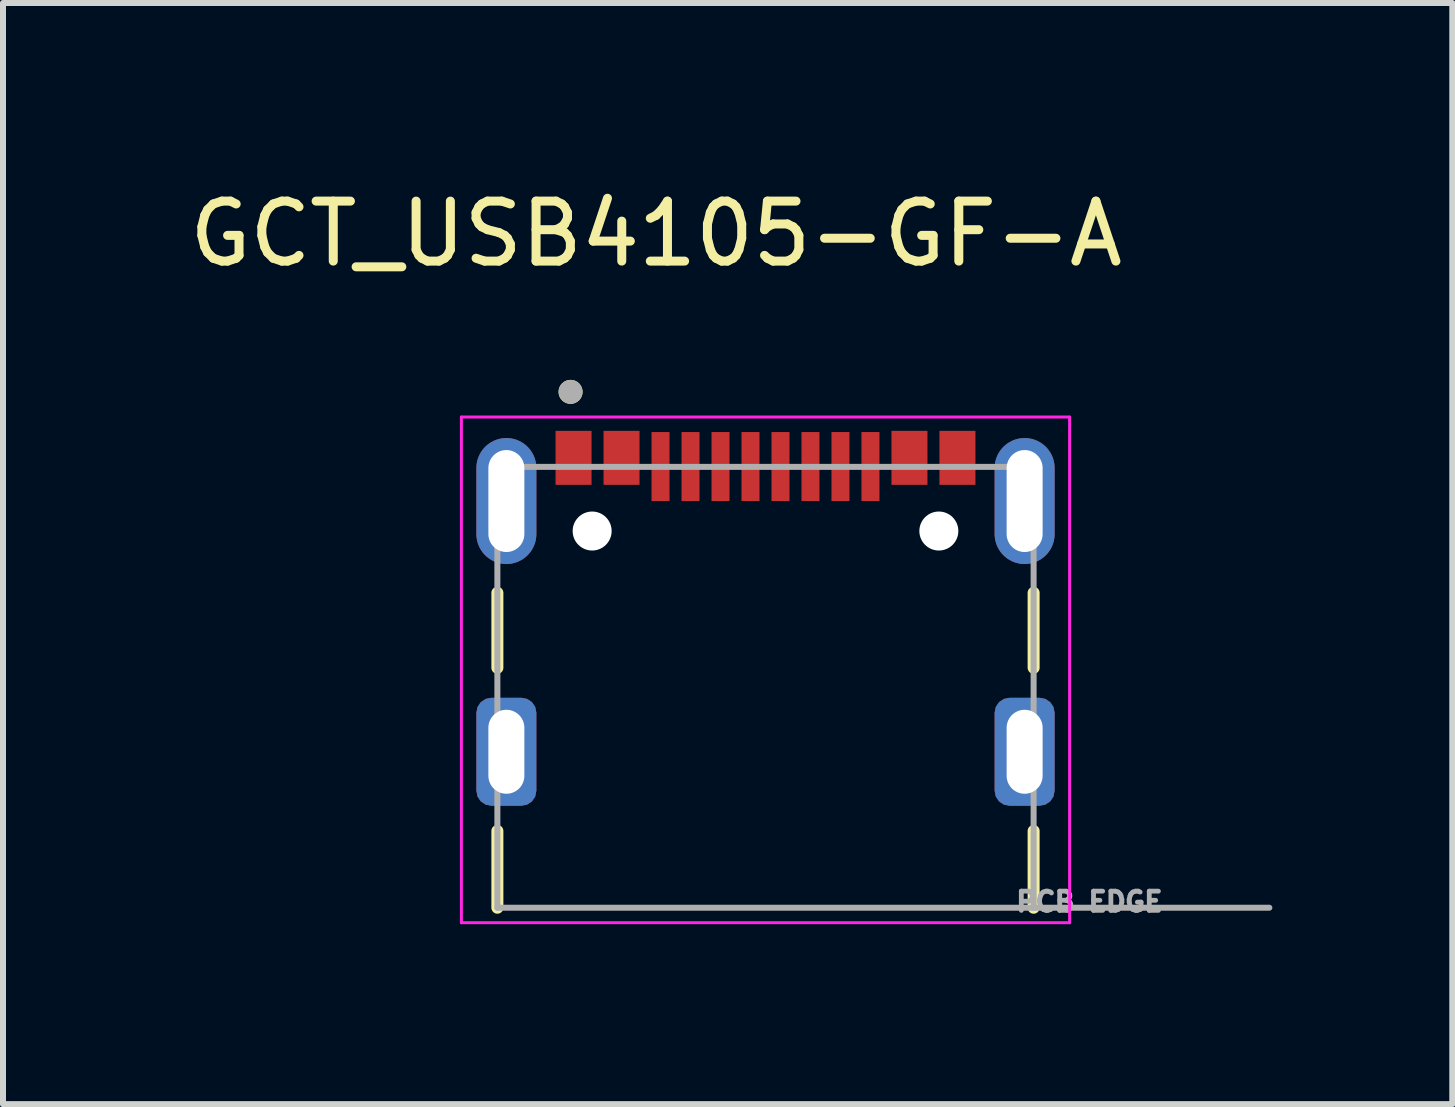
<source format=kicad_pcb>
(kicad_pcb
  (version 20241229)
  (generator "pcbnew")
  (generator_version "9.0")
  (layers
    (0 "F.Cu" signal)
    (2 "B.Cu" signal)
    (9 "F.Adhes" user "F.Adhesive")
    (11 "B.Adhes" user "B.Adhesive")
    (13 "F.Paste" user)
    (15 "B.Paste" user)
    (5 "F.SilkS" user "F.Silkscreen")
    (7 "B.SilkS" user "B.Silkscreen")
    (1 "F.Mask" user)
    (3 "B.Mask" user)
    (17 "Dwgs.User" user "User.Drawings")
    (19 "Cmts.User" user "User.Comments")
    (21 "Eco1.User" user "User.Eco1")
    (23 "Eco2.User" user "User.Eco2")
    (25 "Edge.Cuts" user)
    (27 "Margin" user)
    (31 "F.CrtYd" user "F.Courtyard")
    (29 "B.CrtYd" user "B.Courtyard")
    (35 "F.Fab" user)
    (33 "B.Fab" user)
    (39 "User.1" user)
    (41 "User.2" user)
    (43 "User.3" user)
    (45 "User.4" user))
  (footprint "GCT_USB4105-GF-A"
    (layer "F.Cu")
    (at 9.712 9.483)
    (property "Reference" "GCT_USB4105-GF-A" (at -1.825 -8.635 0) (layer "F.SilkS") (effects (font (size 1 1) (thickness 0.15))))
    (attr smd)
    (fp_line (start -4.47 -2.65) (end -4.47 -1.4) (stroke (width 0.2) (type solid)) (layer "F.SilkS"))
    (fp_line (start -4.47 1.32) (end -4.47 2.6) (stroke (width 0.2) (type solid)) (layer "F.SilkS"))
    (fp_line (start 4.47 -2.65) (end 4.47 -1.4) (stroke (width 0.2) (type solid)) (layer "F.SilkS"))
    (fp_line (start 4.47 2.6) (end 4.47 1.32) (stroke (width 0.2) (type solid)) (layer "F.SilkS"))
    (fp_circle (center -3.25 -6) (end -3.15 -6) (stroke (width 0.2) (type solid)) (fill no) (layer "F.SilkS"))
    (fp_line (start -5.07 -5.58) (end -5.07 2.85) (stroke (width 0.05) (type solid)) (layer "F.CrtYd"))
    (fp_line (start -5.07 2.85) (end 5.07 2.85) (stroke (width 0.05) (type solid)) (layer "F.CrtYd"))
    (fp_line (start 5.07 -5.58) (end -5.07 -5.58) (stroke (width 0.05) (type solid)) (layer "F.CrtYd"))
    (fp_line (start 5.07 2.85) (end 5.07 -5.58) (stroke (width 0.05) (type solid)) (layer "F.CrtYd"))
    (fp_line (start -4.47 -4.75) (end 4.47 -4.75) (stroke (width 0.1) (type solid)) (layer "F.Fab"))
    (fp_line (start -4.47 2.6) (end -4.47 -4.75) (stroke (width 0.1) (type solid)) (layer "F.Fab"))
    (fp_line (start 4.47 -4.75) (end 4.47 2.6) (stroke (width 0.1) (type solid)) (layer "F.Fab"))
    (fp_line (start 4.47 2.6) (end -4.47 2.6) (stroke (width 0.1) (type solid)) (layer "F.Fab"))
    (fp_line (start 4.47 2.6) (end 8.4 2.6) (stroke (width 0.1) (type solid)) (layer "F.Fab"))
    (fp_circle (center -3.25 -6) (end -3.15 -6) (stroke (width 0.2) (type solid)) (fill no) (layer "F.Fab"))
    (fp_text user "PCB EDGE" (at 5.4 2.5 0) (layer "F.Fab") (effects (font (size 0.32 0.32) (thickness 0.15))))
    (pad "" np_thru_hole circle (at -2.89 -3.68) (size 0.65 0.65) (drill 0.65) (layers "*.Cu" "*.Mask"))
    (pad "" np_thru_hole circle (at 2.89 -3.68) (size 0.65 0.65) (drill 0.65) (layers "*.Cu" "*.Mask"))
    (pad "A1_B12" smd rect (at -3.2 -4.9) (size 0.6 0.9) (layers "F.Cu" "F.Mask" "F.Paste"))
    (pad "A4_B9" smd rect (at -2.4 -4.9) (size 0.6 0.9) (layers "F.Cu" "F.Mask" "F.Paste"))
    (pad "A5" smd rect (at -1.25 -4.755) (size 0.3 1.15) (layers "F.Cu" "F.Mask" "F.Paste"))
    (pad "A6" smd rect (at -0.25 -4.755) (size 0.3 1.15) (layers "F.Cu" "F.Mask" "F.Paste"))
    (pad "A7" smd rect (at 0.25 -4.755) (size 0.3 1.15) (layers "F.Cu" "F.Mask" "F.Paste"))
    (pad "A8" smd rect (at 1.25 -4.755) (size 0.3 1.15) (layers "F.Cu" "F.Mask" "F.Paste"))
    (pad "B1_A12" smd rect (at 3.2 -4.9) (size 0.6 0.9) (layers "F.Cu" "F.Mask" "F.Paste"))
    (pad "B4_A9" smd rect (at 2.4 -4.9) (size 0.6 0.9) (layers "F.Cu" "F.Mask" "F.Paste"))
    (pad "B5" smd rect (at 1.75 -4.755) (size 0.3 1.15) (layers "F.Cu" "F.Mask" "F.Paste"))
    (pad "B6" smd rect (at 0.75 -4.755) (size 0.3 1.15) (layers "F.Cu" "F.Mask" "F.Paste"))
    (pad "B7" smd rect (at -0.75 -4.755) (size 0.3 1.15) (layers "F.Cu" "F.Mask" "F.Paste"))
    (pad "B8" smd rect (at -1.75 -4.755) (size 0.3 1.15) (layers "F.Cu" "F.Mask" "F.Paste"))
    (pad "SH1" thru_hole oval (at -4.32 -4.18) (size 1 2.1) (drill oval 0.6 1.7) (layers "*.Cu" "*.Mask"))
    (pad "SH2" thru_hole oval (at 4.32 -4.18) (size 1 2.1) (drill oval 0.6 1.7) (layers "*.Cu" "*.Mask"))
    (pad "SH3" thru_hole roundrect (at -4.32 0) (size 1 1.8) (drill oval 0.6 1.4) (layers "*.Cu" "*.Mask") (roundrect_rratio 0.25))
    (pad "SH4" thru_hole roundrect (at 4.32 0) (size 1 1.8) (drill oval 0.6 1.4) (layers "*.Cu" "*.Mask") (roundrect_rratio 0.25)))
  (gr_rect
    (start -3 -3)
    (end 21.162 15.358)
    (stroke (width 0.1) (type default))
    (fill no)
    (layer "Edge.Cuts")))
</source>
